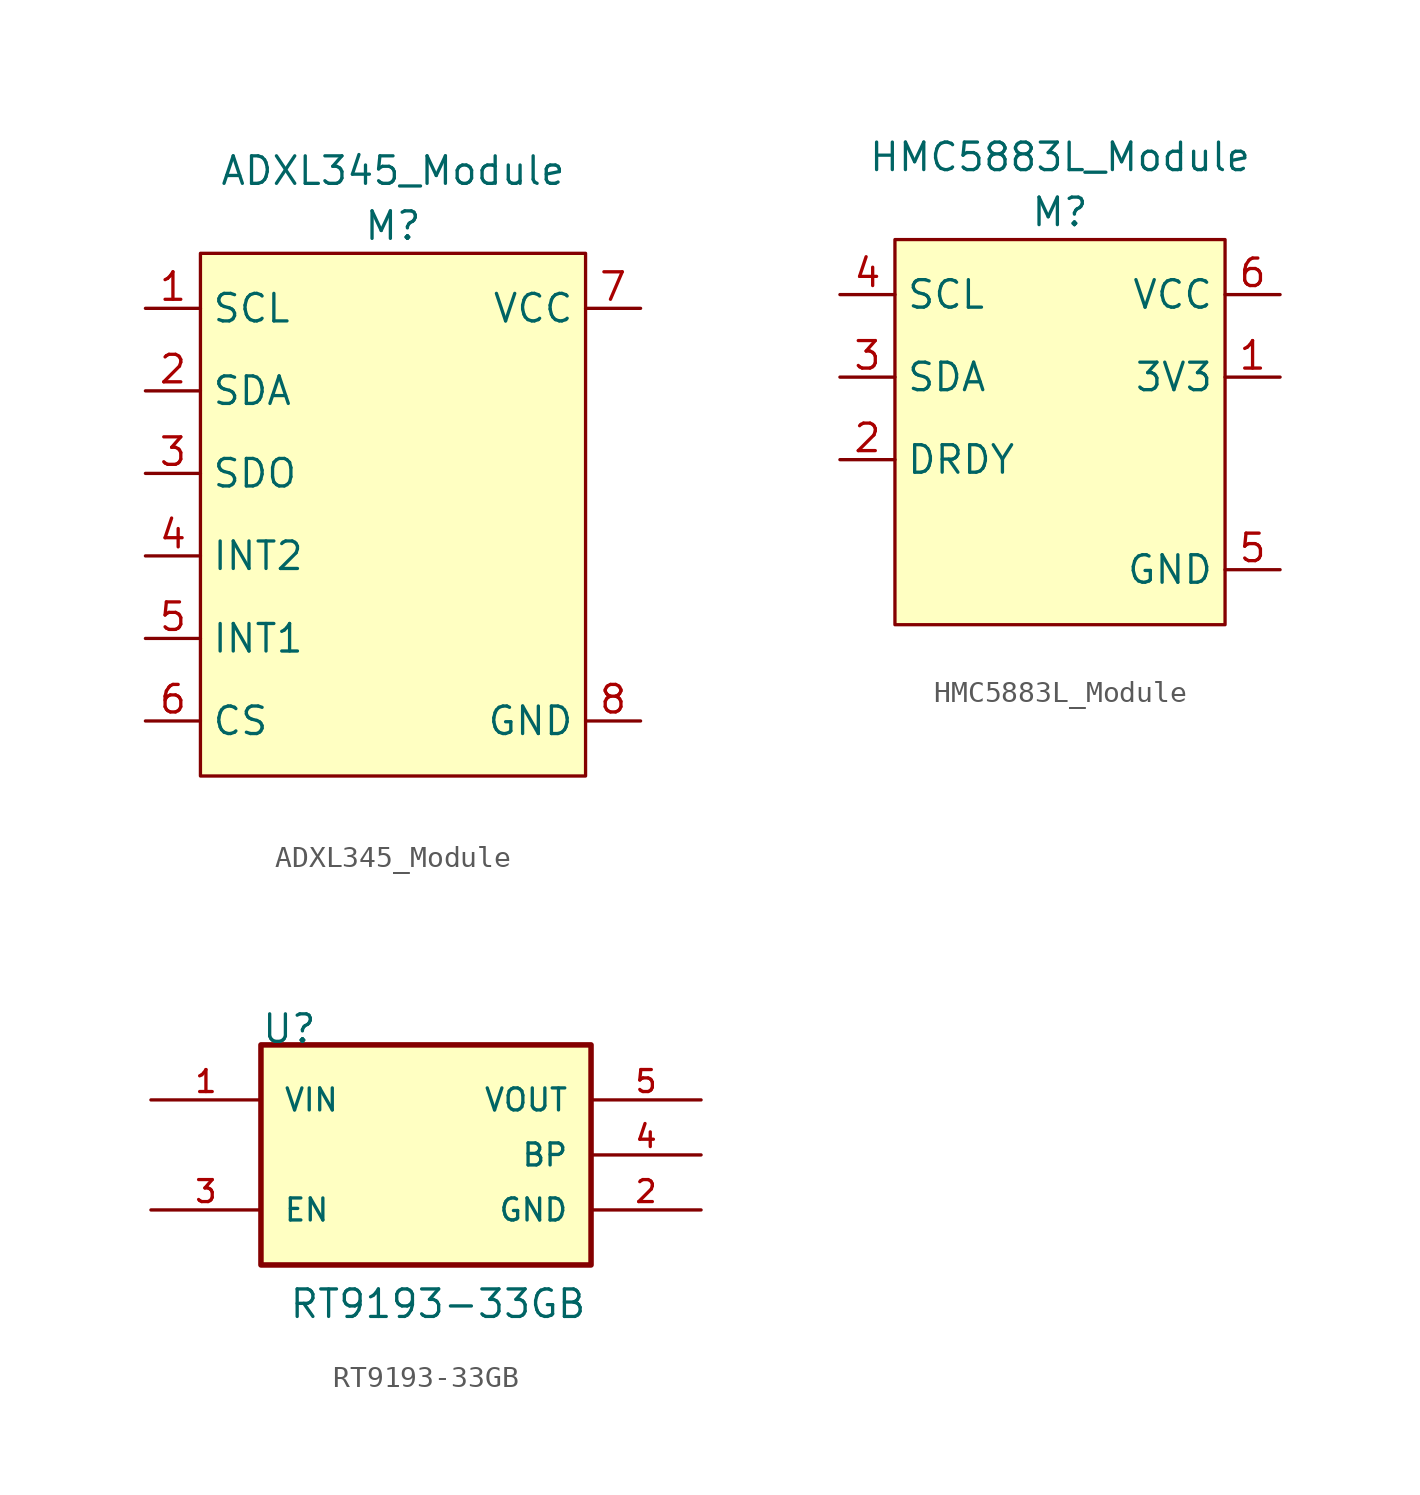
<source format=kicad_sym>
(kicad_symbol_lib
  (version 20211014)
  (generator kicad_symbol_editor)
  (symbol "ADXL345_Module"
    (property "Reference" "M"
      (at 0 12.7 0)
      (effects (font (size 1.27 1.27))))
    (property "Value" "ADXL345_Module"
      (at 0 15.24 0)
      (effects (font (size 1.27 1.27))))
    (symbol "ADXL345_Module_0_1"
      (rectangle (start -8.89 11.43) (end 8.89 -12.7) (stroke (width 0) (type default) (color 0 0 0 0)) (fill (type background))))
    (symbol "ADXL345_Module_1_1"
      (pin input line (at -11.43 8.89 0) (length 2.54) (name "SCL" (effects (font (size 1.27 1.27)))) (number "1" (effects (font (size 1.27 1.27)))))
      (pin bidirectional line (at -11.43 5.08 0) (length 2.54) (name "SDA" (effects (font (size 1.27 1.27)))) (number "2" (effects (font (size 1.27 1.27)))))
      (pin output line (at -11.43 1.27 0) (length 2.54) (name "SDO" (effects (font (size 1.27 1.27)))) (number "3" (effects (font (size 1.27 1.27)))))
      (pin output line (at -11.43 -2.54 0) (length 2.54) (name "INT2" (effects (font (size 1.27 1.27)))) (number "4" (effects (font (size 1.27 1.27)))))
      (pin output line (at -11.43 -6.35 0) (length 2.54) (name "INT1" (effects (font (size 1.27 1.27)))) (number "5" (effects (font (size 1.27 1.27)))))
      (pin input line (at -11.43 -10.16 0) (length 2.54) (name "CS" (effects (font (size 1.27 1.27)))) (number "6" (effects (font (size 1.27 1.27)))))
      (pin power_in line (at 11.43 8.89 180) (length 2.54) (name "VCC" (effects (font (size 1.27 1.27)))) (number "7" (effects (font (size 1.27 1.27)))))
      (pin power_in line (at 11.43 -10.16 180) (length 2.54) (name "GND" (effects (font (size 1.27 1.27)))) (number "8" (effects (font (size 1.27 1.27)))))))
  (symbol "HMC5883L_Module"
    (property "Reference" "M"
      (at 0 10.16 0)
      (effects (font (size 1.27 1.27))))
    (property "Value" "HMC5883L_Module"
      (at 0 12.7 0)
      (effects (font (size 1.27 1.27))))
    (symbol "HMC5883L_Module_0_1"
      (rectangle (start -7.62 8.89) (end 7.62 -8.89) (stroke (width 0) (type default) (color 0 0 0 0)) (fill (type background))))
    (symbol "HMC5883L_Module_1_1"
      (pin power_out line (at 10.16 2.54 180) (length 2.54) (name "3V3" (effects (font (size 1.27 1.27)))) (number "1" (effects (font (size 1.27 1.27)))))
      (pin output line (at -10.16 -1.27 0) (length 2.54) (name "DRDY" (effects (font (size 1.27 1.27)))) (number "2" (effects (font (size 1.27 1.27)))))
      (pin bidirectional line (at -10.16 2.54 0) (length 2.54) (name "SDA" (effects (font (size 1.27 1.27)))) (number "3" (effects (font (size 1.27 1.27)))))
      (pin input line (at -10.16 6.35 0) (length 2.54) (name "SCL" (effects (font (size 1.27 1.27)))) (number "4" (effects (font (size 1.27 1.27)))))
      (pin power_in line (at 10.16 -6.35 180) (length 2.54) (name "GND" (effects (font (size 1.27 1.27)))) (number "5" (effects (font (size 1.27 1.27)))))
      (pin power_in line (at 10.16 6.35 180) (length 2.54) (name "VCC" (effects (font (size 1.27 1.27)))) (number "6" (effects (font (size 1.27 1.27)))))))
  (symbol "RT9193-33GB"
    (pin_names
      (offset 1.016))
    (property "Reference" "U"
      (at -7.62 5.08 0)
      (effects (font (size 1.27 1.27)) (justify left bottom)))
    (property "Value" "RT9193-33GB"
      (at -6.35 -7.62 0)
      (effects (font (size 1.27 1.27)) (justify left bottom)))
    (symbol "RT9193-33GB_0_0"
      (rectangle (start -7.62 -5.08) (end 7.62 5.08) (stroke (width 0.254) (type default) (color 0 0 0 0)) (fill (type background)))
      (pin power_in line (at -12.7 2.54 0) (length 5.08) (name "VIN" (effects (font (size 1.016 1.016)))) (number "1" (effects (font (size 1.016 1.016)))))
      (pin power_in line (at 12.7 -2.54 180) (length 5.08) (name "GND" (effects (font (size 1.016 1.016)))) (number "2" (effects (font (size 1.016 1.016)))))
      (pin input line (at -12.7 -2.54 0) (length 5.08) (name "EN" (effects (font (size 1.016 1.016)))) (number "3" (effects (font (size 1.016 1.016)))))
      (pin passive line (at 12.7 0 180) (length 5.08) (name "BP" (effects (font (size 1.016 1.016)))) (number "4" (effects (font (size 1.016 1.016)))))
      (pin power_out line (at 12.7 2.54 180) (length 5.08) (name "VOUT" (effects (font (size 1.016 1.016)))) (number "5" (effects (font (size 1.016 1.016))))))))
</source>
